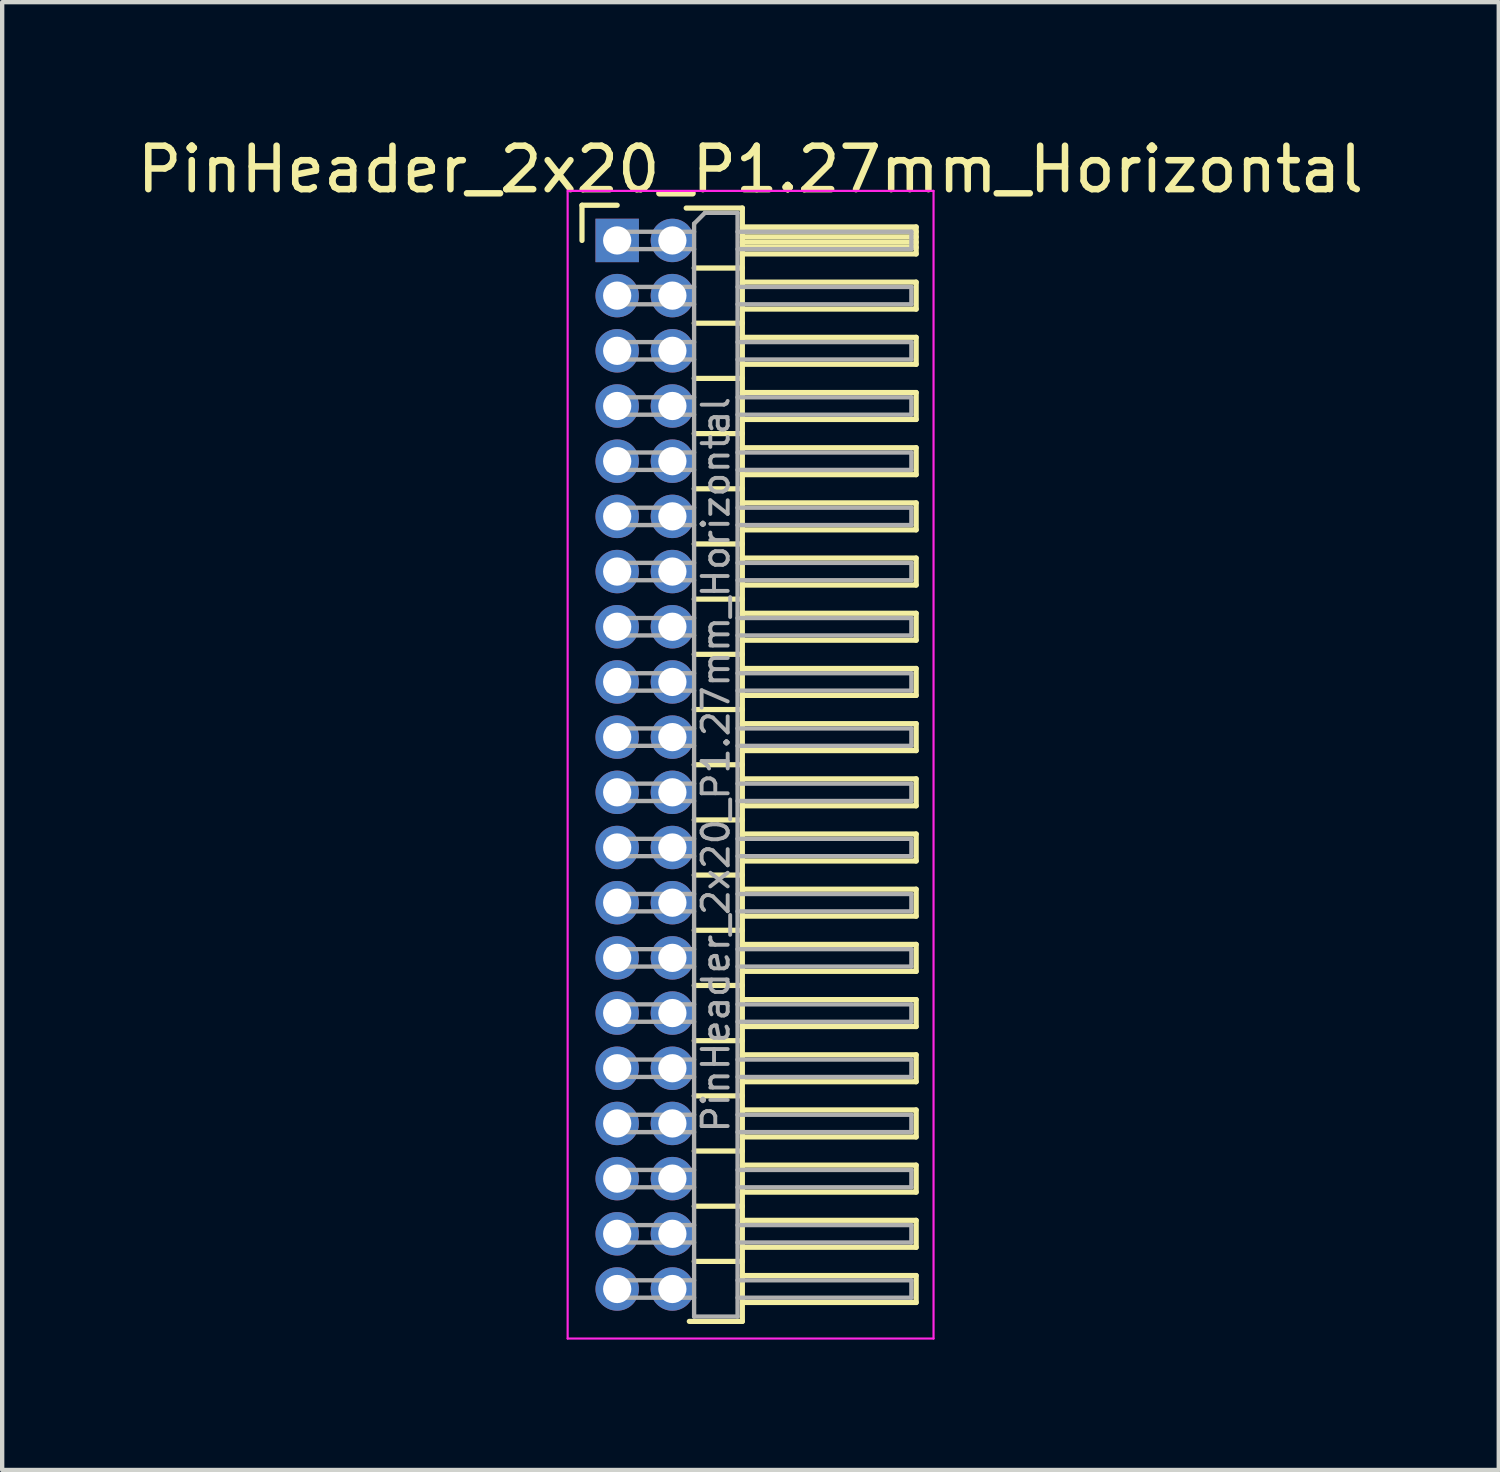
<source format=kicad_pcb>
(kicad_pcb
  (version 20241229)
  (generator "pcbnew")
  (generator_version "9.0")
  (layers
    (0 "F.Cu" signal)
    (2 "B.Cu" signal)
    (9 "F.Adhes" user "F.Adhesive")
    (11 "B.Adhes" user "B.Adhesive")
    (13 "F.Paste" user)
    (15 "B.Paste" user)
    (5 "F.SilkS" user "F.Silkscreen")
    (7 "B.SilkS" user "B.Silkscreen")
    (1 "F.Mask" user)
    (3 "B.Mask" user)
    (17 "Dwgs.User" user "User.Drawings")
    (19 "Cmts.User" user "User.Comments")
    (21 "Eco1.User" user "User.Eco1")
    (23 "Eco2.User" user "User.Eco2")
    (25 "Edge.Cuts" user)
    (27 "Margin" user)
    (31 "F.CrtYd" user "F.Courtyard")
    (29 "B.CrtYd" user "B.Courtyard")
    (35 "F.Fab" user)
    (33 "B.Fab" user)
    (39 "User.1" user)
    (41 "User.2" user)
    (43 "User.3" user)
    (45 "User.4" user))
  (footprint "PinHeader_2x20_P1.27mm_Horizontal"
    (layer "F.Cu")
    (at 11.153 2.483)
    (property "Reference" "PinHeader_2x20_P1.27mm_Horizontal" (at 3.067 -1.635 0) (layer "F.SilkS") (effects (font (size 1 1) (thickness 0.15))))
    (attr through_hole)
    (fp_line (start -0.81 -0.81) (end 0 -0.81) (stroke (width 0.12) (type solid)) (layer "F.SilkS"))
    (fp_line (start -0.81 0) (end -0.81 -0.81) (stroke (width 0.12) (type solid)) (layer "F.SilkS"))
    (fp_line (start 1.588 -0.745) (end 2.88 -0.745) (stroke (width 0.12) (type solid)) (layer "F.SilkS"))
    (fp_line (start 1.773 0.635) (end 2.88 0.635) (stroke (width 0.12) (type solid)) (layer "F.SilkS"))
    (fp_line (start 1.773 1.905) (end 2.88 1.905) (stroke (width 0.12) (type solid)) (layer "F.SilkS"))
    (fp_line (start 1.773 3.175) (end 2.88 3.175) (stroke (width 0.12) (type solid)) (layer "F.SilkS"))
    (fp_line (start 1.773 4.445) (end 2.88 4.445) (stroke (width 0.12) (type solid)) (layer "F.SilkS"))
    (fp_line (start 1.773 5.715) (end 2.88 5.715) (stroke (width 0.12) (type solid)) (layer "F.SilkS"))
    (fp_line (start 1.773 6.985) (end 2.88 6.985) (stroke (width 0.12) (type solid)) (layer "F.SilkS"))
    (fp_line (start 1.773 8.255) (end 2.88 8.255) (stroke (width 0.12) (type solid)) (layer "F.SilkS"))
    (fp_line (start 1.773 9.525) (end 2.88 9.525) (stroke (width 0.12) (type solid)) (layer "F.SilkS"))
    (fp_line (start 1.773 10.795) (end 2.88 10.795) (stroke (width 0.12) (type solid)) (layer "F.SilkS"))
    (fp_line (start 1.773 12.065) (end 2.88 12.065) (stroke (width 0.12) (type solid)) (layer "F.SilkS"))
    (fp_line (start 1.773 13.335) (end 2.88 13.335) (stroke (width 0.12) (type solid)) (layer "F.SilkS"))
    (fp_line (start 1.773 14.605) (end 2.88 14.605) (stroke (width 0.12) (type solid)) (layer "F.SilkS"))
    (fp_line (start 1.773 15.875) (end 2.88 15.875) (stroke (width 0.12) (type solid)) (layer "F.SilkS"))
    (fp_line (start 1.773 17.145) (end 2.88 17.145) (stroke (width 0.12) (type solid)) (layer "F.SilkS"))
    (fp_line (start 1.773 18.415) (end 2.88 18.415) (stroke (width 0.12) (type solid)) (layer "F.SilkS"))
    (fp_line (start 1.773 19.685) (end 2.88 19.685) (stroke (width 0.12) (type solid)) (layer "F.SilkS"))
    (fp_line (start 1.773 20.955) (end 2.88 20.955) (stroke (width 0.12) (type solid)) (layer "F.SilkS"))
    (fp_line (start 1.773 22.225) (end 2.88 22.225) (stroke (width 0.12) (type solid)) (layer "F.SilkS"))
    (fp_line (start 1.773 23.495) (end 2.88 23.495) (stroke (width 0.12) (type solid)) (layer "F.SilkS"))
    (fp_line (start 2.88 -0.745) (end 2.88 24.875) (stroke (width 0.12) (type solid)) (layer "F.SilkS"))
    (fp_line (start 2.88 -0.31) (end 6.88 -0.31) (stroke (width 0.12) (type solid)) (layer "F.SilkS"))
    (fp_line (start 2.88 -0.2) (end 6.88 -0.2) (stroke (width 0.12) (type solid)) (layer "F.SilkS"))
    (fp_line (start 2.88 -0.08) (end 6.88 -0.08) (stroke (width 0.12) (type solid)) (layer "F.SilkS"))
    (fp_line (start 2.88 0.04) (end 6.88 0.04) (stroke (width 0.12) (type solid)) (layer "F.SilkS"))
    (fp_line (start 2.88 0.16) (end 6.88 0.16) (stroke (width 0.12) (type solid)) (layer "F.SilkS"))
    (fp_line (start 2.88 0.96) (end 6.88 0.96) (stroke (width 0.12) (type solid)) (layer "F.SilkS"))
    (fp_line (start 2.88 2.23) (end 6.88 2.23) (stroke (width 0.12) (type solid)) (layer "F.SilkS"))
    (fp_line (start 2.88 3.5) (end 6.88 3.5) (stroke (width 0.12) (type solid)) (layer "F.SilkS"))
    (fp_line (start 2.88 4.77) (end 6.88 4.77) (stroke (width 0.12) (type solid)) (layer "F.SilkS"))
    (fp_line (start 2.88 6.04) (end 6.88 6.04) (stroke (width 0.12) (type solid)) (layer "F.SilkS"))
    (fp_line (start 2.88 7.31) (end 6.88 7.31) (stroke (width 0.12) (type solid)) (layer "F.SilkS"))
    (fp_line (start 2.88 8.58) (end 6.88 8.58) (stroke (width 0.12) (type solid)) (layer "F.SilkS"))
    (fp_line (start 2.88 9.85) (end 6.88 9.85) (stroke (width 0.12) (type solid)) (layer "F.SilkS"))
    (fp_line (start 2.88 11.12) (end 6.88 11.12) (stroke (width 0.12) (type solid)) (layer "F.SilkS"))
    (fp_line (start 2.88 12.39) (end 6.88 12.39) (stroke (width 0.12) (type solid)) (layer "F.SilkS"))
    (fp_line (start 2.88 13.66) (end 6.88 13.66) (stroke (width 0.12) (type solid)) (layer "F.SilkS"))
    (fp_line (start 2.88 14.93) (end 6.88 14.93) (stroke (width 0.12) (type solid)) (layer "F.SilkS"))
    (fp_line (start 2.88 16.2) (end 6.88 16.2) (stroke (width 0.12) (type solid)) (layer "F.SilkS"))
    (fp_line (start 2.88 17.47) (end 6.88 17.47) (stroke (width 0.12) (type solid)) (layer "F.SilkS"))
    (fp_line (start 2.88 18.74) (end 6.88 18.74) (stroke (width 0.12) (type solid)) (layer "F.SilkS"))
    (fp_line (start 2.88 20.01) (end 6.88 20.01) (stroke (width 0.12) (type solid)) (layer "F.SilkS"))
    (fp_line (start 2.88 21.28) (end 6.88 21.28) (stroke (width 0.12) (type solid)) (layer "F.SilkS"))
    (fp_line (start 2.88 22.55) (end 6.88 22.55) (stroke (width 0.12) (type solid)) (layer "F.SilkS"))
    (fp_line (start 2.88 23.82) (end 6.88 23.82) (stroke (width 0.12) (type solid)) (layer "F.SilkS"))
    (fp_line (start 2.88 24.875) (end 1.66 24.875) (stroke (width 0.12) (type solid)) (layer "F.SilkS"))
    (fp_line (start 6.88 -0.31) (end 6.88 0.31) (stroke (width 0.12) (type solid)) (layer "F.SilkS"))
    (fp_line (start 6.88 0.31) (end 2.88 0.31) (stroke (width 0.12) (type solid)) (layer "F.SilkS"))
    (fp_line (start 6.88 0.96) (end 6.88 1.58) (stroke (width 0.12) (type solid)) (layer "F.SilkS"))
    (fp_line (start 6.88 1.58) (end 2.88 1.58) (stroke (width 0.12) (type solid)) (layer "F.SilkS"))
    (fp_line (start 6.88 2.23) (end 6.88 2.85) (stroke (width 0.12) (type solid)) (layer "F.SilkS"))
    (fp_line (start 6.88 2.85) (end 2.88 2.85) (stroke (width 0.12) (type solid)) (layer "F.SilkS"))
    (fp_line (start 6.88 3.5) (end 6.88 4.12) (stroke (width 0.12) (type solid)) (layer "F.SilkS"))
    (fp_line (start 6.88 4.12) (end 2.88 4.12) (stroke (width 0.12) (type solid)) (layer "F.SilkS"))
    (fp_line (start 6.88 4.77) (end 6.88 5.39) (stroke (width 0.12) (type solid)) (layer "F.SilkS"))
    (fp_line (start 6.88 5.39) (end 2.88 5.39) (stroke (width 0.12) (type solid)) (layer "F.SilkS"))
    (fp_line (start 6.88 6.04) (end 6.88 6.66) (stroke (width 0.12) (type solid)) (layer "F.SilkS"))
    (fp_line (start 6.88 6.66) (end 2.88 6.66) (stroke (width 0.12) (type solid)) (layer "F.SilkS"))
    (fp_line (start 6.88 7.31) (end 6.88 7.93) (stroke (width 0.12) (type solid)) (layer "F.SilkS"))
    (fp_line (start 6.88 7.93) (end 2.88 7.93) (stroke (width 0.12) (type solid)) (layer "F.SilkS"))
    (fp_line (start 6.88 8.58) (end 6.88 9.2) (stroke (width 0.12) (type solid)) (layer "F.SilkS"))
    (fp_line (start 6.88 9.2) (end 2.88 9.2) (stroke (width 0.12) (type solid)) (layer "F.SilkS"))
    (fp_line (start 6.88 9.85) (end 6.88 10.47) (stroke (width 0.12) (type solid)) (layer "F.SilkS"))
    (fp_line (start 6.88 10.47) (end 2.88 10.47) (stroke (width 0.12) (type solid)) (layer "F.SilkS"))
    (fp_line (start 6.88 11.12) (end 6.88 11.74) (stroke (width 0.12) (type solid)) (layer "F.SilkS"))
    (fp_line (start 6.88 11.74) (end 2.88 11.74) (stroke (width 0.12) (type solid)) (layer "F.SilkS"))
    (fp_line (start 6.88 12.39) (end 6.88 13.01) (stroke (width 0.12) (type solid)) (layer "F.SilkS"))
    (fp_line (start 6.88 13.01) (end 2.88 13.01) (stroke (width 0.12) (type solid)) (layer "F.SilkS"))
    (fp_line (start 6.88 13.66) (end 6.88 14.28) (stroke (width 0.12) (type solid)) (layer "F.SilkS"))
    (fp_line (start 6.88 14.28) (end 2.88 14.28) (stroke (width 0.12) (type solid)) (layer "F.SilkS"))
    (fp_line (start 6.88 14.93) (end 6.88 15.55) (stroke (width 0.12) (type solid)) (layer "F.SilkS"))
    (fp_line (start 6.88 15.55) (end 2.88 15.55) (stroke (width 0.12) (type solid)) (layer "F.SilkS"))
    (fp_line (start 6.88 16.2) (end 6.88 16.82) (stroke (width 0.12) (type solid)) (layer "F.SilkS"))
    (fp_line (start 6.88 16.82) (end 2.88 16.82) (stroke (width 0.12) (type solid)) (layer "F.SilkS"))
    (fp_line (start 6.88 17.47) (end 6.88 18.09) (stroke (width 0.12) (type solid)) (layer "F.SilkS"))
    (fp_line (start 6.88 18.09) (end 2.88 18.09) (stroke (width 0.12) (type solid)) (layer "F.SilkS"))
    (fp_line (start 6.88 18.74) (end 6.88 19.36) (stroke (width 0.12) (type solid)) (layer "F.SilkS"))
    (fp_line (start 6.88 19.36) (end 2.88 19.36) (stroke (width 0.12) (type solid)) (layer "F.SilkS"))
    (fp_line (start 6.88 20.01) (end 6.88 20.63) (stroke (width 0.12) (type solid)) (layer "F.SilkS"))
    (fp_line (start 6.88 20.63) (end 2.88 20.63) (stroke (width 0.12) (type solid)) (layer "F.SilkS"))
    (fp_line (start 6.88 21.28) (end 6.88 21.9) (stroke (width 0.12) (type solid)) (layer "F.SilkS"))
    (fp_line (start 6.88 21.9) (end 2.88 21.9) (stroke (width 0.12) (type solid)) (layer "F.SilkS"))
    (fp_line (start 6.88 22.55) (end 6.88 23.17) (stroke (width 0.12) (type solid)) (layer "F.SilkS"))
    (fp_line (start 6.88 23.17) (end 2.88 23.17) (stroke (width 0.12) (type solid)) (layer "F.SilkS"))
    (fp_line (start 6.88 23.82) (end 6.88 24.44) (stroke (width 0.12) (type solid)) (layer "F.SilkS"))
    (fp_line (start 6.88 24.44) (end 2.88 24.44) (stroke (width 0.12) (type solid)) (layer "F.SilkS"))
    (fp_line (start -1.14 -1.14) (end -1.14 25.27) (stroke (width 0.05) (type solid)) (layer "F.CrtYd"))
    (fp_line (start -1.14 25.27) (end 7.28 25.27) (stroke (width 0.05) (type solid)) (layer "F.CrtYd"))
    (fp_line (start 7.28 -1.14) (end -1.14 -1.14) (stroke (width 0.05) (type solid)) (layer "F.CrtYd"))
    (fp_line (start 7.28 25.27) (end 7.28 -1.14) (stroke (width 0.05) (type solid)) (layer "F.CrtYd"))
    (fp_line (start -0.2 -0.2) (end -0.2 0.2) (stroke (width 0.1) (type solid)) (layer "F.Fab"))
    (fp_line (start -0.2 -0.2) (end 1.77 -0.2) (stroke (width 0.1) (type solid)) (layer "F.Fab"))
    (fp_line (start -0.2 0.2) (end 1.77 0.2) (stroke (width 0.1) (type solid)) (layer "F.Fab"))
    (fp_line (start -0.2 1.07) (end -0.2 1.47) (stroke (width 0.1) (type solid)) (layer "F.Fab"))
    (fp_line (start -0.2 1.07) (end 1.77 1.07) (stroke (width 0.1) (type solid)) (layer "F.Fab"))
    (fp_line (start -0.2 1.47) (end 1.77 1.47) (stroke (width 0.1) (type solid)) (layer "F.Fab"))
    (fp_line (start -0.2 2.34) (end -0.2 2.74) (stroke (width 0.1) (type solid)) (layer "F.Fab"))
    (fp_line (start -0.2 2.34) (end 1.77 2.34) (stroke (width 0.1) (type solid)) (layer "F.Fab"))
    (fp_line (start -0.2 2.74) (end 1.77 2.74) (stroke (width 0.1) (type solid)) (layer "F.Fab"))
    (fp_line (start -0.2 3.61) (end -0.2 4.01) (stroke (width 0.1) (type solid)) (layer "F.Fab"))
    (fp_line (start -0.2 3.61) (end 1.77 3.61) (stroke (width 0.1) (type solid)) (layer "F.Fab"))
    (fp_line (start -0.2 4.01) (end 1.77 4.01) (stroke (width 0.1) (type solid)) (layer "F.Fab"))
    (fp_line (start -0.2 4.88) (end -0.2 5.28) (stroke (width 0.1) (type solid)) (layer "F.Fab"))
    (fp_line (start -0.2 4.88) (end 1.77 4.88) (stroke (width 0.1) (type solid)) (layer "F.Fab"))
    (fp_line (start -0.2 5.28) (end 1.77 5.28) (stroke (width 0.1) (type solid)) (layer "F.Fab"))
    (fp_line (start -0.2 6.15) (end -0.2 6.55) (stroke (width 0.1) (type solid)) (layer "F.Fab"))
    (fp_line (start -0.2 6.15) (end 1.77 6.15) (stroke (width 0.1) (type solid)) (layer "F.Fab"))
    (fp_line (start -0.2 6.55) (end 1.77 6.55) (stroke (width 0.1) (type solid)) (layer "F.Fab"))
    (fp_line (start -0.2 7.42) (end -0.2 7.82) (stroke (width 0.1) (type solid)) (layer "F.Fab"))
    (fp_line (start -0.2 7.42) (end 1.77 7.42) (stroke (width 0.1) (type solid)) (layer "F.Fab"))
    (fp_line (start -0.2 7.82) (end 1.77 7.82) (stroke (width 0.1) (type solid)) (layer "F.Fab"))
    (fp_line (start -0.2 8.69) (end -0.2 9.09) (stroke (width 0.1) (type solid)) (layer "F.Fab"))
    (fp_line (start -0.2 8.69) (end 1.77 8.69) (stroke (width 0.1) (type solid)) (layer "F.Fab"))
    (fp_line (start -0.2 9.09) (end 1.77 9.09) (stroke (width 0.1) (type solid)) (layer "F.Fab"))
    (fp_line (start -0.2 9.96) (end -0.2 10.36) (stroke (width 0.1) (type solid)) (layer "F.Fab"))
    (fp_line (start -0.2 9.96) (end 1.77 9.96) (stroke (width 0.1) (type solid)) (layer "F.Fab"))
    (fp_line (start -0.2 10.36) (end 1.77 10.36) (stroke (width 0.1) (type solid)) (layer "F.Fab"))
    (fp_line (start -0.2 11.23) (end -0.2 11.63) (stroke (width 0.1) (type solid)) (layer "F.Fab"))
    (fp_line (start -0.2 11.23) (end 1.77 11.23) (stroke (width 0.1) (type solid)) (layer "F.Fab"))
    (fp_line (start -0.2 11.63) (end 1.77 11.63) (stroke (width 0.1) (type solid)) (layer "F.Fab"))
    (fp_line (start -0.2 12.5) (end -0.2 12.9) (stroke (width 0.1) (type solid)) (layer "F.Fab"))
    (fp_line (start -0.2 12.5) (end 1.77 12.5) (stroke (width 0.1) (type solid)) (layer "F.Fab"))
    (fp_line (start -0.2 12.9) (end 1.77 12.9) (stroke (width 0.1) (type solid)) (layer "F.Fab"))
    (fp_line (start -0.2 13.77) (end -0.2 14.17) (stroke (width 0.1) (type solid)) (layer "F.Fab"))
    (fp_line (start -0.2 13.77) (end 1.77 13.77) (stroke (width 0.1) (type solid)) (layer "F.Fab"))
    (fp_line (start -0.2 14.17) (end 1.77 14.17) (stroke (width 0.1) (type solid)) (layer "F.Fab"))
    (fp_line (start -0.2 15.04) (end -0.2 15.44) (stroke (width 0.1) (type solid)) (layer "F.Fab"))
    (fp_line (start -0.2 15.04) (end 1.77 15.04) (stroke (width 0.1) (type solid)) (layer "F.Fab"))
    (fp_line (start -0.2 15.44) (end 1.77 15.44) (stroke (width 0.1) (type solid)) (layer "F.Fab"))
    (fp_line (start -0.2 16.31) (end -0.2 16.71) (stroke (width 0.1) (type solid)) (layer "F.Fab"))
    (fp_line (start -0.2 16.31) (end 1.77 16.31) (stroke (width 0.1) (type solid)) (layer "F.Fab"))
    (fp_line (start -0.2 16.71) (end 1.77 16.71) (stroke (width 0.1) (type solid)) (layer "F.Fab"))
    (fp_line (start -0.2 17.58) (end -0.2 17.98) (stroke (width 0.1) (type solid)) (layer "F.Fab"))
    (fp_line (start -0.2 17.58) (end 1.77 17.58) (stroke (width 0.1) (type solid)) (layer "F.Fab"))
    (fp_line (start -0.2 17.98) (end 1.77 17.98) (stroke (width 0.1) (type solid)) (layer "F.Fab"))
    (fp_line (start -0.2 18.85) (end -0.2 19.25) (stroke (width 0.1) (type solid)) (layer "F.Fab"))
    (fp_line (start -0.2 18.85) (end 1.77 18.85) (stroke (width 0.1) (type solid)) (layer "F.Fab"))
    (fp_line (start -0.2 19.25) (end 1.77 19.25) (stroke (width 0.1) (type solid)) (layer "F.Fab"))
    (fp_line (start -0.2 20.12) (end -0.2 20.52) (stroke (width 0.1) (type solid)) (layer "F.Fab"))
    (fp_line (start -0.2 20.12) (end 1.77 20.12) (stroke (width 0.1) (type solid)) (layer "F.Fab"))
    (fp_line (start -0.2 20.52) (end 1.77 20.52) (stroke (width 0.1) (type solid)) (layer "F.Fab"))
    (fp_line (start -0.2 21.39) (end -0.2 21.79) (stroke (width 0.1) (type solid)) (layer "F.Fab"))
    (fp_line (start -0.2 21.39) (end 1.77 21.39) (stroke (width 0.1) (type solid)) (layer "F.Fab"))
    (fp_line (start -0.2 21.79) (end 1.77 21.79) (stroke (width 0.1) (type solid)) (layer "F.Fab"))
    (fp_line (start -0.2 22.66) (end -0.2 23.06) (stroke (width 0.1) (type solid)) (layer "F.Fab"))
    (fp_line (start -0.2 22.66) (end 1.77 22.66) (stroke (width 0.1) (type solid)) (layer "F.Fab"))
    (fp_line (start -0.2 23.06) (end 1.77 23.06) (stroke (width 0.1) (type solid)) (layer "F.Fab"))
    (fp_line (start -0.2 23.93) (end -0.2 24.33) (stroke (width 0.1) (type solid)) (layer "F.Fab"))
    (fp_line (start -0.2 23.93) (end 1.77 23.93) (stroke (width 0.1) (type solid)) (layer "F.Fab"))
    (fp_line (start -0.2 24.33) (end 1.77 24.33) (stroke (width 0.1) (type solid)) (layer "F.Fab"))
    (fp_line (start 1.77 -0.385) (end 2.02 -0.635) (stroke (width 0.1) (type solid)) (layer "F.Fab"))
    (fp_line (start 1.77 24.765) (end 1.77 -0.385) (stroke (width 0.1) (type solid)) (layer "F.Fab"))
    (fp_line (start 2.02 -0.635) (end 2.77 -0.635) (stroke (width 0.1) (type solid)) (layer "F.Fab"))
    (fp_line (start 2.77 -0.635) (end 2.77 24.765) (stroke (width 0.1) (type solid)) (layer "F.Fab"))
    (fp_line (start 2.77 -0.2) (end 6.77 -0.2) (stroke (width 0.1) (type solid)) (layer "F.Fab"))
    (fp_line (start 2.77 0.2) (end 6.77 0.2) (stroke (width 0.1) (type solid)) (layer "F.Fab"))
    (fp_line (start 2.77 1.07) (end 6.77 1.07) (stroke (width 0.1) (type solid)) (layer "F.Fab"))
    (fp_line (start 2.77 1.47) (end 6.77 1.47) (stroke (width 0.1) (type solid)) (layer "F.Fab"))
    (fp_line (start 2.77 2.34) (end 6.77 2.34) (stroke (width 0.1) (type solid)) (layer "F.Fab"))
    (fp_line (start 2.77 2.74) (end 6.77 2.74) (stroke (width 0.1) (type solid)) (layer "F.Fab"))
    (fp_line (start 2.77 3.61) (end 6.77 3.61) (stroke (width 0.1) (type solid)) (layer "F.Fab"))
    (fp_line (start 2.77 4.01) (end 6.77 4.01) (stroke (width 0.1) (type solid)) (layer "F.Fab"))
    (fp_line (start 2.77 4.88) (end 6.77 4.88) (stroke (width 0.1) (type solid)) (layer "F.Fab"))
    (fp_line (start 2.77 5.28) (end 6.77 5.28) (stroke (width 0.1) (type solid)) (layer "F.Fab"))
    (fp_line (start 2.77 6.15) (end 6.77 6.15) (stroke (width 0.1) (type solid)) (layer "F.Fab"))
    (fp_line (start 2.77 6.55) (end 6.77 6.55) (stroke (width 0.1) (type solid)) (layer "F.Fab"))
    (fp_line (start 2.77 7.42) (end 6.77 7.42) (stroke (width 0.1) (type solid)) (layer "F.Fab"))
    (fp_line (start 2.77 7.82) (end 6.77 7.82) (stroke (width 0.1) (type solid)) (layer "F.Fab"))
    (fp_line (start 2.77 8.69) (end 6.77 8.69) (stroke (width 0.1) (type solid)) (layer "F.Fab"))
    (fp_line (start 2.77 9.09) (end 6.77 9.09) (stroke (width 0.1) (type solid)) (layer "F.Fab"))
    (fp_line (start 2.77 9.96) (end 6.77 9.96) (stroke (width 0.1) (type solid)) (layer "F.Fab"))
    (fp_line (start 2.77 10.36) (end 6.77 10.36) (stroke (width 0.1) (type solid)) (layer "F.Fab"))
    (fp_line (start 2.77 11.23) (end 6.77 11.23) (stroke (width 0.1) (type solid)) (layer "F.Fab"))
    (fp_line (start 2.77 11.63) (end 6.77 11.63) (stroke (width 0.1) (type solid)) (layer "F.Fab"))
    (fp_line (start 2.77 12.5) (end 6.77 12.5) (stroke (width 0.1) (type solid)) (layer "F.Fab"))
    (fp_line (start 2.77 12.9) (end 6.77 12.9) (stroke (width 0.1) (type solid)) (layer "F.Fab"))
    (fp_line (start 2.77 13.77) (end 6.77 13.77) (stroke (width 0.1) (type solid)) (layer "F.Fab"))
    (fp_line (start 2.77 14.17) (end 6.77 14.17) (stroke (width 0.1) (type solid)) (layer "F.Fab"))
    (fp_line (start 2.77 15.04) (end 6.77 15.04) (stroke (width 0.1) (type solid)) (layer "F.Fab"))
    (fp_line (start 2.77 15.44) (end 6.77 15.44) (stroke (width 0.1) (type solid)) (layer "F.Fab"))
    (fp_line (start 2.77 16.31) (end 6.77 16.31) (stroke (width 0.1) (type solid)) (layer "F.Fab"))
    (fp_line (start 2.77 16.71) (end 6.77 16.71) (stroke (width 0.1) (type solid)) (layer "F.Fab"))
    (fp_line (start 2.77 17.58) (end 6.77 17.58) (stroke (width 0.1) (type solid)) (layer "F.Fab"))
    (fp_line (start 2.77 17.98) (end 6.77 17.98) (stroke (width 0.1) (type solid)) (layer "F.Fab"))
    (fp_line (start 2.77 18.85) (end 6.77 18.85) (stroke (width 0.1) (type solid)) (layer "F.Fab"))
    (fp_line (start 2.77 19.25) (end 6.77 19.25) (stroke (width 0.1) (type solid)) (layer "F.Fab"))
    (fp_line (start 2.77 20.12) (end 6.77 20.12) (stroke (width 0.1) (type solid)) (layer "F.Fab"))
    (fp_line (start 2.77 20.52) (end 6.77 20.52) (stroke (width 0.1) (type solid)) (layer "F.Fab"))
    (fp_line (start 2.77 21.39) (end 6.77 21.39) (stroke (width 0.1) (type solid)) (layer "F.Fab"))
    (fp_line (start 2.77 21.79) (end 6.77 21.79) (stroke (width 0.1) (type solid)) (layer "F.Fab"))
    (fp_line (start 2.77 22.66) (end 6.77 22.66) (stroke (width 0.1) (type solid)) (layer "F.Fab"))
    (fp_line (start 2.77 23.06) (end 6.77 23.06) (stroke (width 0.1) (type solid)) (layer "F.Fab"))
    (fp_line (start 2.77 23.93) (end 6.77 23.93) (stroke (width 0.1) (type solid)) (layer "F.Fab"))
    (fp_line (start 2.77 24.33) (end 6.77 24.33) (stroke (width 0.1) (type solid)) (layer "F.Fab"))
    (fp_line (start 2.77 24.765) (end 1.77 24.765) (stroke (width 0.1) (type solid)) (layer "F.Fab"))
    (fp_line (start 6.77 -0.2) (end 6.77 0.2) (stroke (width 0.1) (type solid)) (layer "F.Fab"))
    (fp_line (start 6.77 1.07) (end 6.77 1.47) (stroke (width 0.1) (type solid)) (layer "F.Fab"))
    (fp_line (start 6.77 2.34) (end 6.77 2.74) (stroke (width 0.1) (type solid)) (layer "F.Fab"))
    (fp_line (start 6.77 3.61) (end 6.77 4.01) (stroke (width 0.1) (type solid)) (layer "F.Fab"))
    (fp_line (start 6.77 4.88) (end 6.77 5.28) (stroke (width 0.1) (type solid)) (layer "F.Fab"))
    (fp_line (start 6.77 6.15) (end 6.77 6.55) (stroke (width 0.1) (type solid)) (layer "F.Fab"))
    (fp_line (start 6.77 7.42) (end 6.77 7.82) (stroke (width 0.1) (type solid)) (layer "F.Fab"))
    (fp_line (start 6.77 8.69) (end 6.77 9.09) (stroke (width 0.1) (type solid)) (layer "F.Fab"))
    (fp_line (start 6.77 9.96) (end 6.77 10.36) (stroke (width 0.1) (type solid)) (layer "F.Fab"))
    (fp_line (start 6.77 11.23) (end 6.77 11.63) (stroke (width 0.1) (type solid)) (layer "F.Fab"))
    (fp_line (start 6.77 12.5) (end 6.77 12.9) (stroke (width 0.1) (type solid)) (layer "F.Fab"))
    (fp_line (start 6.77 13.77) (end 6.77 14.17) (stroke (width 0.1) (type solid)) (layer "F.Fab"))
    (fp_line (start 6.77 15.04) (end 6.77 15.44) (stroke (width 0.1) (type solid)) (layer "F.Fab"))
    (fp_line (start 6.77 16.31) (end 6.77 16.71) (stroke (width 0.1) (type solid)) (layer "F.Fab"))
    (fp_line (start 6.77 17.58) (end 6.77 17.98) (stroke (width 0.1) (type solid)) (layer "F.Fab"))
    (fp_line (start 6.77 18.85) (end 6.77 19.25) (stroke (width 0.1) (type solid)) (layer "F.Fab"))
    (fp_line (start 6.77 20.12) (end 6.77 20.52) (stroke (width 0.1) (type solid)) (layer "F.Fab"))
    (fp_line (start 6.77 21.39) (end 6.77 21.79) (stroke (width 0.1) (type solid)) (layer "F.Fab"))
    (fp_line (start 6.77 22.66) (end 6.77 23.06) (stroke (width 0.1) (type solid)) (layer "F.Fab"))
    (fp_line (start 6.77 23.93) (end 6.77 24.33) (stroke (width 0.1) (type solid)) (layer "F.Fab"))
    (fp_text user "${REFERENCE}" (at 2.27 12.065 90) (layer "F.Fab") (effects (font (size 0.6 0.6) (thickness 0.09))))
    (pad "1" thru_hole rect (at 0 0) (size 1 1) (drill 0.65) (layers "*.Cu" "*.Mask"))
    (pad "2" thru_hole circle (at 1.27 0) (size 1 1) (drill 0.65) (layers "*.Cu" "*.Mask"))
    (pad "3" thru_hole circle (at 0 1.27) (size 1 1) (drill 0.65) (layers "*.Cu" "*.Mask"))
    (pad "4" thru_hole circle (at 1.27 1.27) (size 1 1) (drill 0.65) (layers "*.Cu" "*.Mask"))
    (pad "5" thru_hole circle (at 0 2.54) (size 1 1) (drill 0.65) (layers "*.Cu" "*.Mask"))
    (pad "6" thru_hole circle (at 1.27 2.54) (size 1 1) (drill 0.65) (layers "*.Cu" "*.Mask"))
    (pad "7" thru_hole circle (at 0 3.81) (size 1 1) (drill 0.65) (layers "*.Cu" "*.Mask"))
    (pad "8" thru_hole circle (at 1.27 3.81) (size 1 1) (drill 0.65) (layers "*.Cu" "*.Mask"))
    (pad "9" thru_hole circle (at 0 5.08) (size 1 1) (drill 0.65) (layers "*.Cu" "*.Mask"))
    (pad "10" thru_hole circle (at 1.27 5.08) (size 1 1) (drill 0.65) (layers "*.Cu" "*.Mask"))
    (pad "11" thru_hole circle (at 0 6.35) (size 1 1) (drill 0.65) (layers "*.Cu" "*.Mask"))
    (pad "12" thru_hole circle (at 1.27 6.35) (size 1 1) (drill 0.65) (layers "*.Cu" "*.Mask"))
    (pad "13" thru_hole circle (at 0 7.62) (size 1 1) (drill 0.65) (layers "*.Cu" "*.Mask"))
    (pad "14" thru_hole circle (at 1.27 7.62) (size 1 1) (drill 0.65) (layers "*.Cu" "*.Mask"))
    (pad "15" thru_hole circle (at 0 8.89) (size 1 1) (drill 0.65) (layers "*.Cu" "*.Mask"))
    (pad "16" thru_hole circle (at 1.27 8.89) (size 1 1) (drill 0.65) (layers "*.Cu" "*.Mask"))
    (pad "17" thru_hole circle (at 0 10.16) (size 1 1) (drill 0.65) (layers "*.Cu" "*.Mask"))
    (pad "18" thru_hole circle (at 1.27 10.16) (size 1 1) (drill 0.65) (layers "*.Cu" "*.Mask"))
    (pad "19" thru_hole circle (at 0 11.43) (size 1 1) (drill 0.65) (layers "*.Cu" "*.Mask"))
    (pad "20" thru_hole circle (at 1.27 11.43) (size 1 1) (drill 0.65) (layers "*.Cu" "*.Mask"))
    (pad "21" thru_hole circle (at 0 12.7) (size 1 1) (drill 0.65) (layers "*.Cu" "*.Mask"))
    (pad "22" thru_hole circle (at 1.27 12.7) (size 1 1) (drill 0.65) (layers "*.Cu" "*.Mask"))
    (pad "23" thru_hole circle (at 0 13.97) (size 1 1) (drill 0.65) (layers "*.Cu" "*.Mask"))
    (pad "24" thru_hole circle (at 1.27 13.97) (size 1 1) (drill 0.65) (layers "*.Cu" "*.Mask"))
    (pad "25" thru_hole circle (at 0 15.24) (size 1 1) (drill 0.65) (layers "*.Cu" "*.Mask"))
    (pad "26" thru_hole circle (at 1.27 15.24) (size 1 1) (drill 0.65) (layers "*.Cu" "*.Mask"))
    (pad "27" thru_hole circle (at 0 16.51) (size 1 1) (drill 0.65) (layers "*.Cu" "*.Mask"))
    (pad "28" thru_hole circle (at 1.27 16.51) (size 1 1) (drill 0.65) (layers "*.Cu" "*.Mask"))
    (pad "29" thru_hole circle (at 0 17.78) (size 1 1) (drill 0.65) (layers "*.Cu" "*.Mask"))
    (pad "30" thru_hole circle (at 1.27 17.78) (size 1 1) (drill 0.65) (layers "*.Cu" "*.Mask"))
    (pad "31" thru_hole circle (at 0 19.05) (size 1 1) (drill 0.65) (layers "*.Cu" "*.Mask"))
    (pad "32" thru_hole circle (at 1.27 19.05) (size 1 1) (drill 0.65) (layers "*.Cu" "*.Mask"))
    (pad "33" thru_hole circle (at 0 20.32) (size 1 1) (drill 0.65) (layers "*.Cu" "*.Mask"))
    (pad "34" thru_hole circle (at 1.27 20.32) (size 1 1) (drill 0.65) (layers "*.Cu" "*.Mask"))
    (pad "35" thru_hole circle (at 0 21.59) (size 1 1) (drill 0.65) (layers "*.Cu" "*.Mask"))
    (pad "36" thru_hole circle (at 1.27 21.59) (size 1 1) (drill 0.65) (layers "*.Cu" "*.Mask"))
    (pad "37" thru_hole circle (at 0 22.86) (size 1 1) (drill 0.65) (layers "*.Cu" "*.Mask"))
    (pad "38" thru_hole circle (at 1.27 22.86) (size 1 1) (drill 0.65) (layers "*.Cu" "*.Mask"))
    (pad "39" thru_hole circle (at 0 24.13) (size 1 1) (drill 0.65) (layers "*.Cu" "*.Mask"))
    (pad "40" thru_hole circle (at 1.27 24.13) (size 1 1) (drill 0.65) (layers "*.Cu" "*.Mask")))
  (gr_rect
    (start -3 -3)
    (end 31.44 30.778)
    (stroke (width 0.1) (type default))
    (fill no)
    (layer "Edge.Cuts")))
</source>
